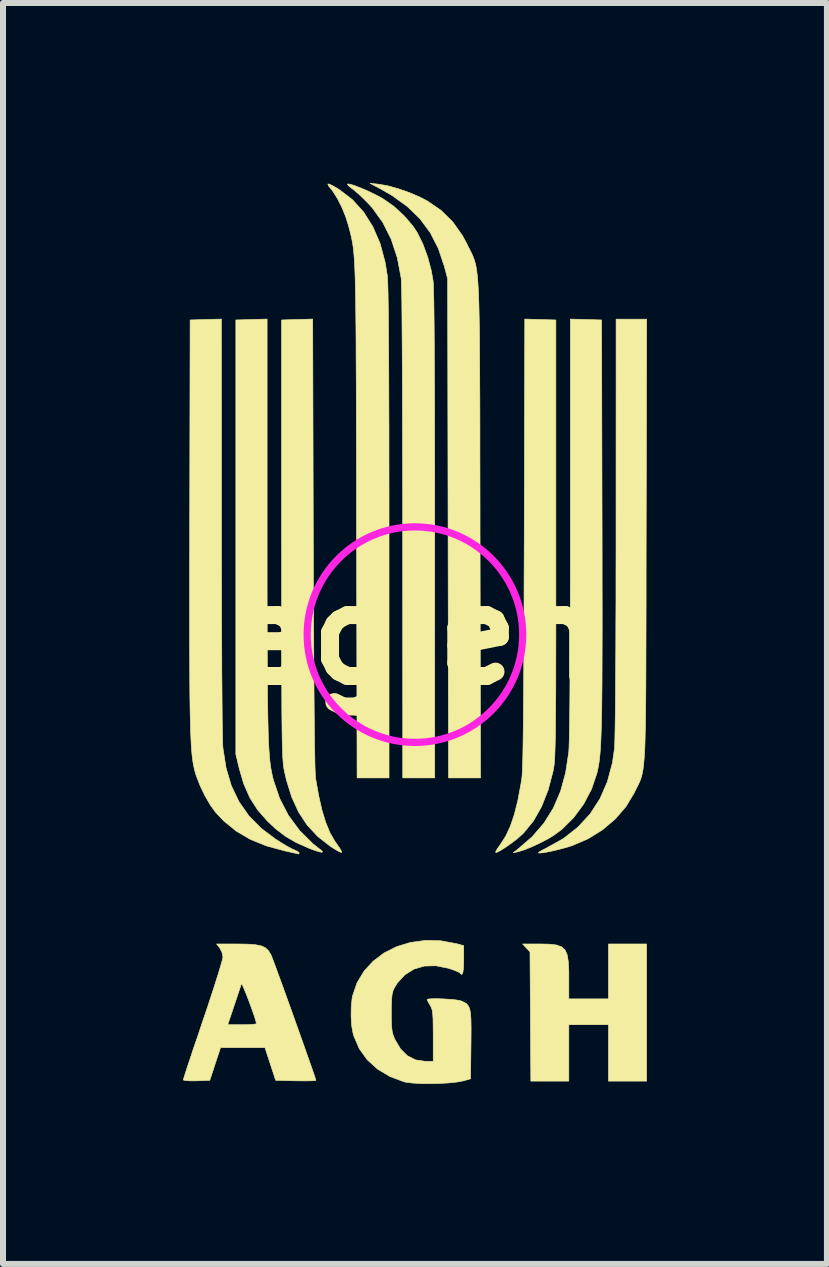
<source format=kicad_pcb>
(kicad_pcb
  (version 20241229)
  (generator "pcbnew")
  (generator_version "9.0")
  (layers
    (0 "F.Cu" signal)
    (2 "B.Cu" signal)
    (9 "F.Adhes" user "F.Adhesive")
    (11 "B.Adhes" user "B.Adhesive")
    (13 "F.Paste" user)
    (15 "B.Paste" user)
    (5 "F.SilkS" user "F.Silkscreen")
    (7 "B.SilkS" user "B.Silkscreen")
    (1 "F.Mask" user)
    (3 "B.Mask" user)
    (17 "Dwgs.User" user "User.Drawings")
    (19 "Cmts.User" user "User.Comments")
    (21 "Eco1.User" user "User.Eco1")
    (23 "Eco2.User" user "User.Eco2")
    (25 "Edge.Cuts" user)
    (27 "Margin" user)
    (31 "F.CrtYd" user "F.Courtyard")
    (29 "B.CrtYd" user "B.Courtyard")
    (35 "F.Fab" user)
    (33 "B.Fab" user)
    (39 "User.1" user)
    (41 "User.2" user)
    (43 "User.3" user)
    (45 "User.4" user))
  (footprint "agieh"
    (layer "F.Cu")
    (at 3.866 7.528)
    (property "Reference" "agieh" (at 0 0 0) (layer "F.SilkS") (effects (font (size 1.524 1.524) (thickness 0.3))))
    (attr through_hole)
    (fp_poly (pts (xy 2.241 5.159) (xy 2.359 5.173) (xy 2.444 5.203) (xy 2.502 5.256) (xy 2.538 5.338) (xy 2.557 5.454) (xy 2.565 5.612) (xy 2.565 5.726) (xy 2.565 6.071) (xy 3.226 6.071) (xy 3.226 5.156) (xy 3.861 5.156) (xy 3.861 7.442) (xy 3.226 7.442) (xy 3.226 6.502) (xy 2.565 6.502) (xy 2.565 7.442) (xy 1.932 7.442) (xy 1.925 6.365) (xy 1.918 5.287) (xy 1.856 5.222) (xy 1.795 5.156) (xy 2.085 5.156) (xy 2.241 5.159)) (stroke (width 0.01) (type solid)) (fill yes) (layer "F.SilkS"))
    (fp_poly (pts (xy -2.464 -1.782) (xy -2.464 -1.266) (xy -2.464 -0.799) (xy -2.463 -0.377) (xy -2.462 0.002) (xy -2.461 0.341) (xy -2.46 0.642) (xy -2.458 0.909) (xy -2.455 1.143) (xy -2.452 1.348) (xy -2.448 1.527) (xy -2.444 1.681) (xy -2.439 1.814) (xy -2.432 1.928) (xy -2.425 2.026) (xy -2.417 2.111) (xy -2.408 2.185) (xy -2.397 2.251) (xy -2.385 2.312) (xy -2.373 2.37) (xy -2.359 2.423) (xy -2.256 2.729) (xy -2.11 3.011) (xy -1.923 3.265) (xy -1.698 3.488) (xy -1.587 3.575) (xy -1.544 3.612) (xy -1.545 3.628) (xy -1.59 3.621) (xy -1.678 3.593) (xy -1.767 3.56) (xy -1.979 3.466) (xy -2.159 3.361) (xy -2.325 3.234) (xy -2.454 3.113) (xy -2.621 2.923) (xy -2.753 2.716) (xy -2.855 2.483) (xy -2.928 2.233) (xy -2.985 1.994) (xy -2.985 -5.245) (xy -2.464 -5.26) (xy -2.464 -1.782)) (stroke (width 0.01) (type solid)) (fill yes) (layer "F.SilkS"))
    (fp_poly (pts (xy -0.598 -7.507) (xy -0.448 -7.48) (xy -0.272 -7.431) (xy -0.088 -7.366) (xy 0.088 -7.29) (xy 0.202 -7.231) (xy 0.434 -7.073) (xy 0.63 -6.88) (xy 0.792 -6.651) (xy 0.862 -6.521) (xy 0.889 -6.465) (xy 0.914 -6.416) (xy 0.937 -6.372) (xy 0.957 -6.329) (xy 0.976 -6.285) (xy 0.992 -6.239) (xy 1.007 -6.186) (xy 1.02 -6.126) (xy 1.031 -6.055) (xy 1.041 -5.972) (xy 1.049 -5.873) (xy 1.056 -5.756) (xy 1.062 -5.619) (xy 1.067 -5.46) (xy 1.071 -5.275) (xy 1.075 -5.063) (xy 1.077 -4.822) (xy 1.079 -4.547) (xy 1.08 -4.238) (xy 1.082 -3.892) (xy 1.083 -3.507) (xy 1.083 -3.079) (xy 1.084 -2.606) (xy 1.085 -2.087) (xy 1.085 -1.759) (xy 1.093 2.388) (xy 0.56 2.388) (xy 0.545 -5.931) (xy 0.488 -6.147) (xy 0.389 -6.439) (xy 0.256 -6.699) (xy 0.085 -6.93) (xy -0.126 -7.135) (xy -0.381 -7.319) (xy -0.577 -7.432) (xy -0.749 -7.523) (xy -0.598 -7.507)) (stroke (width 0.01) (type solid)) (fill yes) (layer "F.SilkS"))
    (fp_poly (pts (xy 3.111 -5.245) (xy 3.119 -1.841) (xy 3.12 -1.325) (xy 3.12 -0.856) (xy 3.121 -0.434) (xy 3.121 -0.053) (xy 3.12 0.286) (xy 3.119 0.589) (xy 3.118 0.856) (xy 3.115 1.091) (xy 3.113 1.297) (xy 3.109 1.476) (xy 3.104 1.63) (xy 3.099 1.762) (xy 3.093 1.876) (xy 3.086 1.973) (xy 3.078 2.057) (xy 3.069 2.129) (xy 3.058 2.194) (xy 3.047 2.252) (xy 3.034 2.307) (xy 3.033 2.311) (xy 2.944 2.574) (xy 2.813 2.823) (xy 2.647 3.049) (xy 2.452 3.243) (xy 2.316 3.344) (xy 2.212 3.407) (xy 2.085 3.472) (xy 1.953 3.534) (xy 1.829 3.584) (xy 1.73 3.616) (xy 1.714 3.62) (xy 1.638 3.636) (xy 1.714 3.577) (xy 1.953 3.37) (xy 2.15 3.143) (xy 2.307 2.891) (xy 2.427 2.612) (xy 2.512 2.3) (xy 2.564 1.959) (xy 2.568 1.89) (xy 2.572 1.771) (xy 2.576 1.603) (xy 2.579 1.386) (xy 2.582 1.122) (xy 2.584 0.811) (xy 2.586 0.455) (xy 2.588 0.053) (xy 2.589 -0.393) (xy 2.59 -0.882) (xy 2.591 -1.414) (xy 2.591 -1.782) (xy 2.591 -5.26) (xy 3.111 -5.245)) (stroke (width 0.01) (type solid)) (fill yes) (layer "F.SilkS"))
    (fp_poly (pts (xy -1.694 -1.519) (xy -1.692 -0.929) (xy -1.69 -0.39) (xy -1.687 0.1) (xy -1.685 0.541) (xy -1.682 0.934) (xy -1.679 1.278) (xy -1.676 1.576) (xy -1.673 1.828) (xy -1.669 2.033) (xy -1.666 2.193) (xy -1.661 2.309) (xy -1.657 2.381) (xy -1.655 2.4) (xy -1.604 2.686) (xy -1.549 2.928) (xy -1.487 3.13) (xy -1.418 3.299) (xy -1.337 3.441) (xy -1.296 3.499) (xy -1.25 3.565) (xy -1.224 3.613) (xy -1.226 3.632) (xy -1.226 3.632) (xy -1.261 3.618) (xy -1.325 3.582) (xy -1.404 3.532) (xy -1.41 3.528) (xy -1.62 3.364) (xy -1.796 3.175) (xy -1.939 2.958) (xy -2.054 2.707) (xy -2.144 2.417) (xy -2.177 2.27) (xy -2.183 2.237) (xy -2.189 2.2) (xy -2.194 2.158) (xy -2.198 2.107) (xy -2.203 2.045) (xy -2.206 1.97) (xy -2.209 1.879) (xy -2.212 1.769) (xy -2.214 1.637) (xy -2.216 1.482) (xy -2.218 1.3) (xy -2.219 1.089) (xy -2.22 0.847) (xy -2.221 0.57) (xy -2.222 0.256) (xy -2.222 -0.098) (xy -2.222 -0.493) (xy -2.222 -0.934) (xy -2.222 -1.421) (xy -2.223 -1.6) (xy -2.223 -5.245) (xy -1.704 -5.26) (xy -1.694 -1.519)) (stroke (width 0.01) (type solid)) (fill yes) (layer "F.SilkS"))
    (fp_poly (pts (xy -1.423 -7.508) (xy -1.355 -7.474) (xy -1.259 -7.416) (xy -1.04 -7.248) (xy -0.854 -7.042) (xy -0.701 -6.799) (xy -0.581 -6.521) (xy -0.497 -6.209) (xy -0.46 -5.982) (xy -0.456 -5.926) (xy -0.452 -5.829) (xy -0.448 -5.69) (xy -0.445 -5.508) (xy -0.442 -5.284) (xy -0.44 -5.015) (xy -0.438 -4.701) (xy -0.436 -4.341) (xy -0.435 -3.934) (xy -0.433 -3.481) (xy -0.433 -2.979) (xy -0.432 -2.428) (xy -0.432 -1.827) (xy -0.432 -1.683) (xy -0.432 2.388) (xy -0.964 2.388) (xy -0.973 -1.899) (xy -0.974 -2.454) (xy -0.975 -2.961) (xy -0.976 -3.423) (xy -0.977 -3.841) (xy -0.978 -4.217) (xy -0.98 -4.556) (xy -0.981 -4.858) (xy -0.983 -5.126) (xy -0.986 -5.363) (xy -0.988 -5.571) (xy -0.992 -5.753) (xy -0.995 -5.911) (xy -1 -6.048) (xy -1.005 -6.165) (xy -1.011 -6.266) (xy -1.018 -6.352) (xy -1.025 -6.427) (xy -1.034 -6.493) (xy -1.044 -6.552) (xy -1.055 -6.606) (xy -1.067 -6.659) (xy -1.08 -6.712) (xy -1.095 -6.768) (xy -1.106 -6.813) (xy -1.154 -6.966) (xy -1.218 -7.123) (xy -1.291 -7.267) (xy -1.364 -7.384) (xy -1.395 -7.424) (xy -1.442 -7.483) (xy -1.452 -7.511) (xy -1.423 -7.508)) (stroke (width 0.01) (type solid)) (fill yes) (layer "F.SilkS"))
    (fp_poly (pts (xy -1.082 -7.508) (xy -1.007 -7.485) (xy -0.908 -7.447) (xy -0.797 -7.4) (xy -0.684 -7.346) (xy -0.579 -7.292) (xy -0.535 -7.267) (xy -0.352 -7.139) (xy -0.181 -6.982) (xy -0.035 -6.812) (xy 0.037 -6.704) (xy 0.131 -6.514) (xy 0.212 -6.295) (xy 0.273 -6.066) (xy 0.303 -5.893) (xy 0.308 -5.833) (xy 0.311 -5.722) (xy 0.315 -5.561) (xy 0.318 -5.349) (xy 0.321 -5.086) (xy 0.323 -4.774) (xy 0.325 -4.411) (xy 0.327 -3.997) (xy 0.328 -3.534) (xy 0.329 -3.021) (xy 0.33 -2.458) (xy 0.33 -1.846) (xy 0.33 -1.645) (xy 0.33 2.388) (xy -0.203 2.388) (xy -0.204 -1.683) (xy -0.204 -2.208) (xy -0.205 -2.708) (xy -0.206 -3.179) (xy -0.207 -3.62) (xy -0.208 -4.029) (xy -0.21 -4.404) (xy -0.212 -4.743) (xy -0.214 -5.044) (xy -0.216 -5.305) (xy -0.218 -5.525) (xy -0.221 -5.701) (xy -0.224 -5.831) (xy -0.227 -5.914) (xy -0.229 -5.941) (xy -0.294 -6.282) (xy -0.396 -6.592) (xy -0.535 -6.869) (xy -0.708 -7.11) (xy -0.758 -7.166) (xy -0.847 -7.257) (xy -0.936 -7.342) (xy -1.013 -7.408) (xy -1.042 -7.43) (xy -1.097 -7.473) (xy -1.124 -7.503) (xy -1.123 -7.512) (xy -1.082 -7.508)) (stroke (width 0.01) (type solid)) (fill yes) (layer "F.SilkS"))
    (fp_poly (pts (xy 2.09 -5.252) (xy 2.349 -5.245) (xy 2.349 -1.6) (xy 2.349 -1.096) (xy 2.349 -0.64) (xy 2.349 -0.229) (xy 2.349 0.139) (xy 2.348 0.466) (xy 2.348 0.755) (xy 2.347 1.01) (xy 2.345 1.231) (xy 2.344 1.423) (xy 2.342 1.587) (xy 2.34 1.726) (xy 2.337 1.843) (xy 2.334 1.941) (xy 2.331 2.021) (xy 2.327 2.087) (xy 2.323 2.141) (xy 2.318 2.186) (xy 2.312 2.225) (xy 2.306 2.259) (xy 2.304 2.27) (xy 2.221 2.587) (xy 2.111 2.866) (xy 1.975 3.106) (xy 1.813 3.304) (xy 1.779 3.337) (xy 1.702 3.404) (xy 1.612 3.473) (xy 1.52 3.538) (xy 1.437 3.591) (xy 1.374 3.625) (xy 1.348 3.632) (xy 1.348 3.614) (xy 1.375 3.567) (xy 1.422 3.5) (xy 1.423 3.499) (xy 1.512 3.361) (xy 1.589 3.197) (xy 1.656 3) (xy 1.715 2.766) (xy 1.767 2.487) (xy 1.781 2.4) (xy 1.786 2.356) (xy 1.79 2.285) (xy 1.794 2.185) (xy 1.798 2.055) (xy 1.801 1.893) (xy 1.804 1.697) (xy 1.807 1.465) (xy 1.809 1.196) (xy 1.812 0.887) (xy 1.814 0.537) (xy 1.816 0.144) (xy 1.818 -0.294) (xy 1.819 -0.778) (xy 1.821 -1.31) (xy 1.822 -1.531) (xy 1.831 -5.26) (xy 2.09 -5.252)) (stroke (width 0.01) (type solid)) (fill yes) (layer "F.SilkS"))
    (fp_poly (pts (xy 3.854 -1.568) (xy 3.853 -1.055) (xy 3.853 -0.59) (xy 3.852 -0.171) (xy 3.851 0.205) (xy 3.85 0.541) (xy 3.849 0.839) (xy 3.847 1.102) (xy 3.844 1.332) (xy 3.841 1.532) (xy 3.837 1.705) (xy 3.833 1.853) (xy 3.827 1.979) (xy 3.819 2.085) (xy 3.811 2.174) (xy 3.801 2.248) (xy 3.79 2.311) (xy 3.777 2.364) (xy 3.762 2.411) (xy 3.745 2.454) (xy 3.726 2.495) (xy 3.704 2.537) (xy 3.681 2.584) (xy 3.655 2.636) (xy 3.652 2.642) (xy 3.517 2.867) (xy 3.34 3.072) (xy 3.127 3.253) (xy 2.885 3.403) (xy 2.62 3.517) (xy 2.615 3.518) (xy 2.517 3.549) (xy 2.407 3.578) (xy 2.296 3.605) (xy 2.196 3.625) (xy 2.116 3.638) (xy 2.068 3.64) (xy 2.058 3.635) (xy 2.08 3.617) (xy 2.135 3.586) (xy 2.188 3.559) (xy 2.472 3.401) (xy 2.715 3.21) (xy 2.92 2.989) (xy 3.084 2.735) (xy 3.208 2.451) (xy 3.292 2.136) (xy 3.327 1.891) (xy 3.33 1.831) (xy 3.333 1.723) (xy 3.336 1.569) (xy 3.339 1.372) (xy 3.342 1.135) (xy 3.344 0.86) (xy 3.346 0.549) (xy 3.348 0.205) (xy 3.349 -0.17) (xy 3.351 -0.572) (xy 3.351 -0.999) (xy 3.352 -1.449) (xy 3.352 -1.81) (xy 3.353 -5.258) (xy 3.862 -5.258) (xy 3.854 -1.568)) (stroke (width 0.01) (type solid)) (fill yes) (layer "F.SilkS"))
    (fp_poly (pts (xy -3.225 -1.811) (xy -3.225 -1.345) (xy -3.224 -0.9) (xy -3.223 -0.478) (xy -3.222 -0.082) (xy -3.22 0.286) (xy -3.219 0.622) (xy -3.216 0.925) (xy -3.214 1.193) (xy -3.212 1.421) (xy -3.209 1.608) (xy -3.206 1.752) (xy -3.203 1.849) (xy -3.2 1.891) (xy -3.148 2.222) (xy -3.06 2.519) (xy -2.933 2.784) (xy -2.767 3.021) (xy -2.559 3.231) (xy -2.329 3.404) (xy -2.225 3.471) (xy -2.128 3.529) (xy -2.05 3.571) (xy -2.015 3.586) (xy -1.959 3.612) (xy -1.931 3.634) (xy -1.93 3.637) (xy -1.936 3.656) (xy -1.937 3.656) (xy -1.963 3.65) (xy -2.027 3.636) (xy -2.117 3.616) (xy -2.159 3.607) (xy -2.47 3.523) (xy -2.741 3.414) (xy -2.978 3.275) (xy -3.187 3.105) (xy -3.323 2.961) (xy -3.411 2.839) (xy -3.5 2.686) (xy -3.581 2.517) (xy -3.645 2.352) (xy -3.669 2.273) (xy -3.681 2.221) (xy -3.693 2.164) (xy -3.703 2.1) (xy -3.713 2.026) (xy -3.721 1.94) (xy -3.728 1.84) (xy -3.734 1.721) (xy -3.74 1.583) (xy -3.744 1.422) (xy -3.748 1.236) (xy -3.751 1.022) (xy -3.753 0.778) (xy -3.754 0.5) (xy -3.756 0.187) (xy -3.756 -0.165) (xy -3.756 -0.557) (xy -3.756 -0.994) (xy -3.755 -1.476) (xy -3.754 -1.88) (xy -3.747 -5.245) (xy -3.226 -5.26) (xy -3.225 -1.811)) (stroke (width 0.01) (type solid)) (fill yes) (layer "F.SilkS"))
    (fp_poly (pts (xy -2.955 5.156) (xy -2.784 5.159) (xy -2.655 5.169) (xy -2.561 5.188) (xy -2.493 5.219) (xy -2.443 5.266) (xy -2.403 5.329) (xy -2.402 5.331) (xy -2.387 5.367) (xy -2.357 5.444) (xy -2.316 5.556) (xy -2.265 5.696) (xy -2.205 5.859) (xy -2.14 6.039) (xy -2.072 6.229) (xy -2.002 6.424) (xy -1.933 6.618) (xy -1.867 6.804) (xy -1.806 6.976) (xy -1.752 7.13) (xy -1.707 7.258) (xy -1.674 7.354) (xy -1.655 7.413) (xy -1.651 7.429) (xy -1.675 7.434) (xy -1.74 7.437) (xy -1.837 7.438) (xy -1.957 7.437) (xy -1.986 7.437) (xy -2.321 7.429) (xy -2.5 6.883) (xy -3.24 6.883) (xy -3.42 7.429) (xy -3.64 7.437) (xy -3.743 7.438) (xy -3.819 7.433) (xy -3.858 7.424) (xy -3.861 7.42) (xy -3.853 7.392) (xy -3.83 7.32) (xy -3.795 7.211) (xy -3.748 7.07) (xy -3.692 6.901) (xy -3.627 6.711) (xy -3.557 6.504) (xy -3.557 6.502) (xy -3.121 6.502) (xy -2.881 6.502) (xy -2.778 6.501) (xy -2.697 6.496) (xy -2.649 6.488) (xy -2.642 6.484) (xy -2.65 6.446) (xy -2.671 6.376) (xy -2.703 6.284) (xy -2.74 6.18) (xy -2.78 6.073) (xy -2.819 5.974) (xy -2.853 5.892) (xy -2.878 5.836) (xy -2.891 5.818) (xy -2.892 5.819) (xy -2.904 5.855) (xy -2.929 5.93) (xy -2.963 6.032) (xy -3.003 6.152) (xy -3.012 6.179) (xy -3.121 6.502) (xy -3.557 6.502) (xy -3.531 6.425) (xy -3.458 6.211) (xy -3.392 6.009) (xy -3.332 5.824) (xy -3.281 5.664) (xy -3.242 5.533) (xy -3.214 5.436) (xy -3.201 5.38) (xy -3.2 5.372) (xy -3.217 5.293) (xy -3.253 5.223) (xy -3.306 5.156) (xy -2.955 5.156)) (stroke (width 0.01) (type solid)) (fill yes) (layer "F.SilkS"))
    (fp_poly (pts (xy 0.426 5.102) (xy 0.688 5.15) (xy 0.705 5.154) (xy 0.813 5.184) (xy 0.813 5.424) (xy 0.809 5.553) (xy 0.799 5.633) (xy 0.781 5.665) (xy 0.756 5.649) (xy 0.75 5.639) (xy 0.719 5.62) (xy 0.653 5.593) (xy 0.566 5.563) (xy 0.555 5.56) (xy 0.349 5.519) (xy 0.158 5.524) (xy -0.015 5.574) (xy -0.166 5.668) (xy -0.291 5.803) (xy -0.346 5.893) (xy -0.367 5.941) (xy -0.381 6) (xy -0.389 6.08) (xy -0.393 6.192) (xy -0.394 6.299) (xy -0.393 6.439) (xy -0.388 6.54) (xy -0.379 6.615) (xy -0.363 6.676) (xy -0.339 6.736) (xy -0.335 6.744) (xy -0.241 6.904) (xy -0.126 7.019) (xy 0.01 7.088) (xy 0.169 7.112) (xy 0.177 7.112) (xy 0.305 7.112) (xy 0.305 6.687) (xy 0.304 6.527) (xy 0.302 6.409) (xy 0.297 6.325) (xy 0.289 6.265) (xy 0.276 6.222) (xy 0.258 6.185) (xy 0.254 6.178) (xy 0.221 6.122) (xy 0.204 6.086) (xy 0.203 6.083) (xy 0.226 6.073) (xy 0.288 6.069) (xy 0.376 6.068) (xy 0.478 6.072) (xy 0.581 6.078) (xy 0.675 6.087) (xy 0.746 6.099) (xy 0.774 6.107) (xy 0.825 6.13) (xy 0.864 6.156) (xy 0.893 6.192) (xy 0.914 6.243) (xy 0.927 6.317) (xy 0.934 6.419) (xy 0.936 6.556) (xy 0.935 6.734) (xy 0.934 6.835) (xy 0.927 7.404) (xy 0.8 7.439) (xy 0.698 7.458) (xy 0.562 7.472) (xy 0.405 7.481) (xy 0.241 7.484) (xy 0.084 7.482) (xy -0.054 7.473) (xy -0.159 7.459) (xy -0.178 7.454) (xy -0.417 7.365) (xy -0.623 7.242) (xy -0.795 7.086) (xy -0.928 6.901) (xy -1.019 6.689) (xy -1.031 6.646) (xy -1.054 6.52) (xy -1.064 6.366) (xy -1.062 6.208) (xy -1.048 6.067) (xy -1.04 6.023) (xy -0.965 5.804) (xy -0.849 5.61) (xy -0.697 5.444) (xy -0.515 5.306) (xy -0.306 5.201) (xy -0.077 5.131) (xy 0.169 5.097) (xy 0.426 5.102)) (stroke (width 0.01) (type solid)) (fill yes) (layer "F.SilkS"))
    (fp_circle (center 0 0) (end -1.27 -1.27) (stroke (width 0.12) (type solid)) (fill no) (layer "F.CrtYd")))
  (gr_rect
    (start -3 -3)
    (end 10.733 18.017)
    (stroke (width 0.1) (type default))
    (fill no)
    (layer "Edge.Cuts")))
</source>
